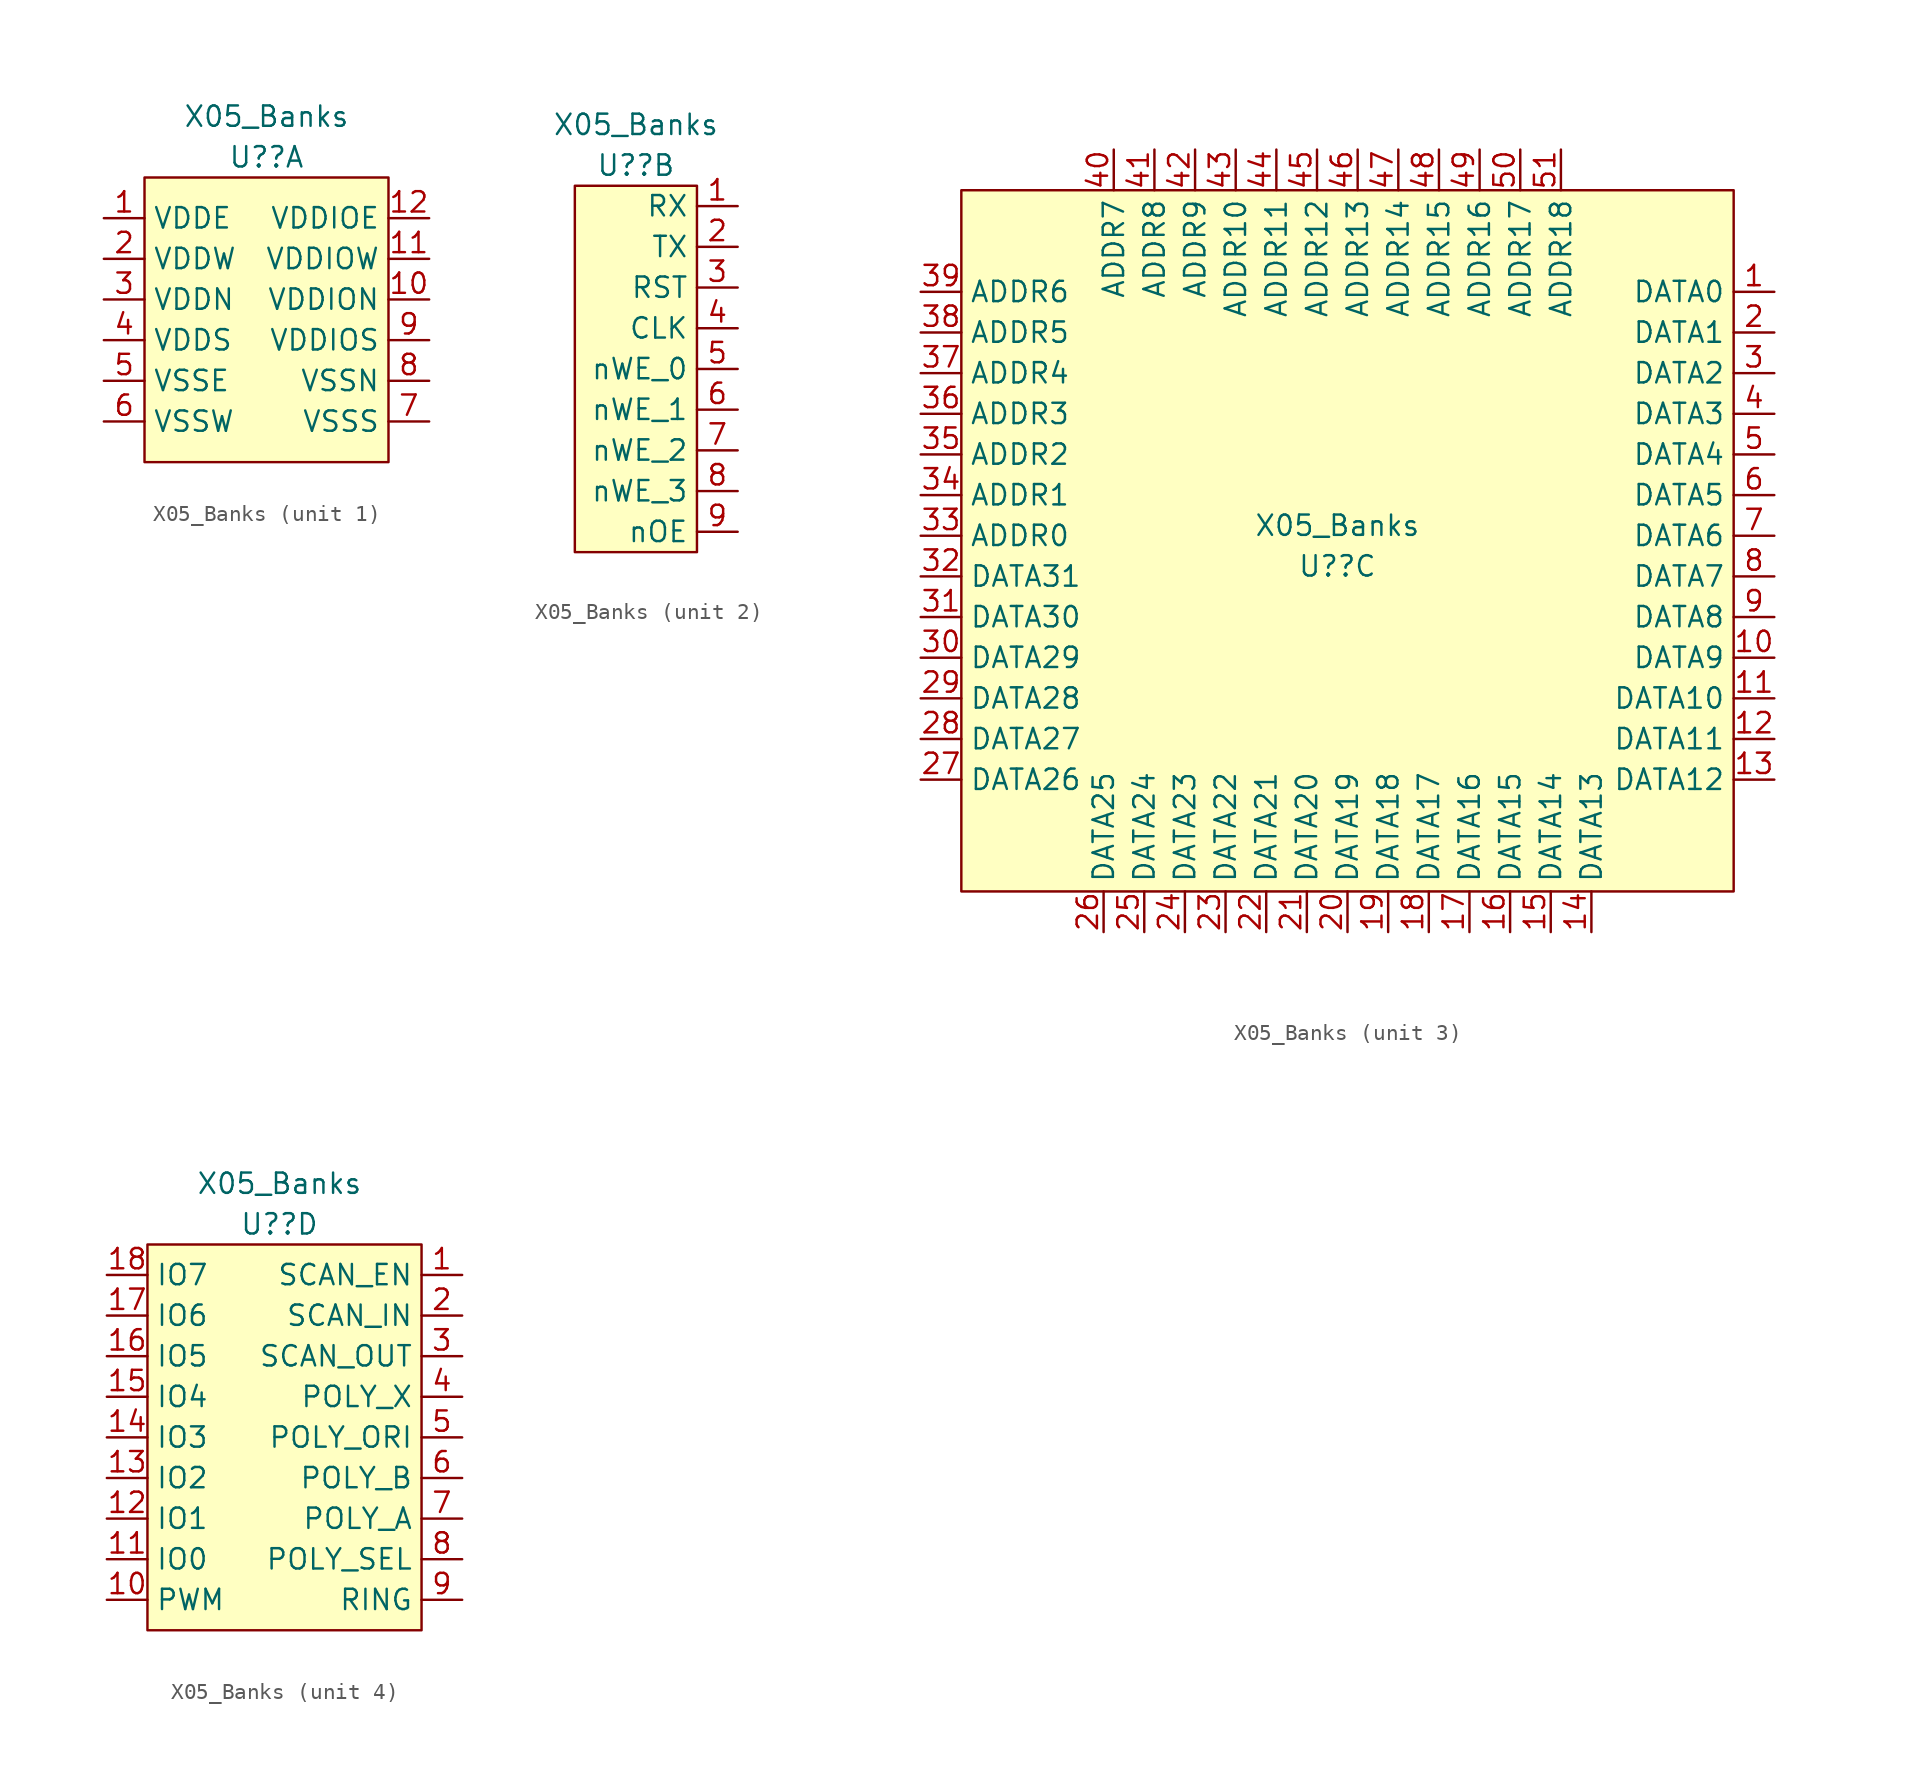
<source format=kicad_sym>
(kicad_symbol_lib
  (version 20211014)
  (generator kicad_symbol_editor)
  (symbol "X05_Banks"
    (property "Reference" "U?"
      (at 0 10.16 0)
      (effects (font (size 1.27 1.27))))
    (property "Value" "X05_Banks"
      (at 0 12.7 0)
      (effects (font (size 1.27 1.27))))
    (property "ki_locked" ""
      (at 0 0 0)
      (effects (font (size 1.27 1.27))))
    (symbol "X05_Banks_1_1"
      (rectangle (start -7.62 8.89) (end 7.62 -8.89) (stroke (width 0) (type default) (color 0 0 0 0)) (fill (type background)))
      (pin input line (at -10.16 6.35 0) (length 2.54) (name "VDDE" (effects (font (size 1.27 1.27)))) (number "1" (effects (font (size 1.27 1.27)))))
      (pin output line (at 10.16 1.27 180) (length 2.54) (name "VDDION" (effects (font (size 1.27 1.27)))) (number "10" (effects (font (size 1.27 1.27)))))
      (pin output line (at 10.16 3.81 180) (length 2.54) (name "VDDIOW" (effects (font (size 1.27 1.27)))) (number "11" (effects (font (size 1.27 1.27)))))
      (pin output line (at 10.16 6.35 180) (length 2.54) (name "VDDIOE" (effects (font (size 1.27 1.27)))) (number "12" (effects (font (size 1.27 1.27)))))
      (pin input line (at -10.16 3.81 0) (length 2.54) (name "VDDW" (effects (font (size 1.27 1.27)))) (number "2" (effects (font (size 1.27 1.27)))))
      (pin input line (at -10.16 1.27 0) (length 2.54) (name "VDDN" (effects (font (size 1.27 1.27)))) (number "3" (effects (font (size 1.27 1.27)))))
      (pin input line (at -10.16 -1.27 0) (length 2.54) (name "VDDS" (effects (font (size 1.27 1.27)))) (number "4" (effects (font (size 1.27 1.27)))))
      (pin input line (at -10.16 -3.81 0) (length 2.54) (name "VSSE" (effects (font (size 1.27 1.27)))) (number "5" (effects (font (size 1.27 1.27)))))
      (pin input line (at -10.16 -6.35 0) (length 2.54) (name "VSSW" (effects (font (size 1.27 1.27)))) (number "6" (effects (font (size 1.27 1.27)))))
      (pin input line (at 10.16 -6.35 180) (length 2.54) (name "VSSS" (effects (font (size 1.27 1.27)))) (number "7" (effects (font (size 1.27 1.27)))))
      (pin input line (at 10.16 -3.81 180) (length 2.54) (name "VSSN" (effects (font (size 1.27 1.27)))) (number "8" (effects (font (size 1.27 1.27)))))
      (pin output line (at 10.16 -1.27 180) (length 2.54) (name "VDDIOS" (effects (font (size 1.27 1.27)))) (number "9" (effects (font (size 1.27 1.27))))))
    (symbol "X05_Banks_2_1"
      (rectangle (start -3.81 8.89) (end 3.81 -13.97) (stroke (width 0) (type default) (color 0 0 0 0)) (fill (type background)))
      (pin input line (at 6.35 7.62 180) (length 2.54) (name "RX" (effects (font (size 1.27 1.27)))) (number "1" (effects (font (size 1.27 1.27)))))
      (pin output line (at 6.35 5.08 180) (length 2.54) (name "TX" (effects (font (size 1.27 1.27)))) (number "2" (effects (font (size 1.27 1.27)))))
      (pin input line (at 6.35 2.54 180) (length 2.54) (name "RST" (effects (font (size 1.27 1.27)))) (number "3" (effects (font (size 1.27 1.27)))))
      (pin input line (at 6.35 0 180) (length 2.54) (name "CLK" (effects (font (size 1.27 1.27)))) (number "4" (effects (font (size 1.27 1.27)))))
      (pin input line (at 6.35 -2.54 180) (length 2.54) (name "nWE_0" (effects (font (size 1.27 1.27)))) (number "5" (effects (font (size 1.27 1.27)))))
      (pin input line (at 6.35 -5.08 180) (length 2.54) (name "nWE_1" (effects (font (size 1.27 1.27)))) (number "6" (effects (font (size 1.27 1.27)))))
      (pin input line (at 6.35 -7.62 180) (length 2.54) (name "nWE_2" (effects (font (size 1.27 1.27)))) (number "7" (effects (font (size 1.27 1.27)))))
      (pin input line (at 6.35 -10.16 180) (length 2.54) (name "nWE_3" (effects (font (size 1.27 1.27)))) (number "8" (effects (font (size 1.27 1.27)))))
      (pin input line (at 6.35 -12.7 180) (length 2.54) (name "nOE" (effects (font (size 1.27 1.27)))) (number "9" (effects (font (size 1.27 1.27))))))
    (symbol "X05_Banks_3_1"
      (rectangle (start -23.495 33.655) (end 24.765 -10.16) (stroke (width 0) (type default) (color 0 0 0 0)) (fill (type background)))
      (pin bidirectional line (at 27.305 27.305 180) (length 2.54) (name "DATA0" (effects (font (size 1.27 1.27)))) (number "1" (effects (font (size 1.27 1.27)))))
      (pin bidirectional line (at 27.305 4.445 180) (length 2.54) (name "DATA9" (effects (font (size 1.27 1.27)))) (number "10" (effects (font (size 1.27 1.27)))))
      (pin bidirectional line (at 27.305 1.905 180) (length 2.54) (name "DATA10" (effects (font (size 1.27 1.27)))) (number "11" (effects (font (size 1.27 1.27)))))
      (pin bidirectional line (at 27.305 -0.635 180) (length 2.54) (name "DATA11" (effects (font (size 1.27 1.27)))) (number "12" (effects (font (size 1.27 1.27)))))
      (pin bidirectional line (at 27.305 -3.175 180) (length 2.54) (name "DATA12" (effects (font (size 1.27 1.27)))) (number "13" (effects (font (size 1.27 1.27)))))
      (pin bidirectional line (at 15.875 -12.7 90) (length 2.54) (name "DATA13" (effects (font (size 1.27 1.27)))) (number "14" (effects (font (size 1.27 1.27)))))
      (pin bidirectional line (at 13.335 -12.7 90) (length 2.54) (name "DATA14" (effects (font (size 1.27 1.27)))) (number "15" (effects (font (size 1.27 1.27)))))
      (pin bidirectional line (at 10.795 -12.7 90) (length 2.54) (name "DATA15" (effects (font (size 1.27 1.27)))) (number "16" (effects (font (size 1.27 1.27)))))
      (pin bidirectional line (at 8.255 -12.7 90) (length 2.54) (name "DATA16" (effects (font (size 1.27 1.27)))) (number "17" (effects (font (size 1.27 1.27)))))
      (pin bidirectional line (at 5.715 -12.7 90) (length 2.54) (name "DATA17" (effects (font (size 1.27 1.27)))) (number "18" (effects (font (size 1.27 1.27)))))
      (pin bidirectional line (at 3.175 -12.7 90) (length 2.54) (name "DATA18" (effects (font (size 1.27 1.27)))) (number "19" (effects (font (size 1.27 1.27)))))
      (pin bidirectional line (at 27.305 24.765 180) (length 2.54) (name "DATA1" (effects (font (size 1.27 1.27)))) (number "2" (effects (font (size 1.27 1.27)))))
      (pin bidirectional line (at 0.635 -12.7 90) (length 2.54) (name "DATA19" (effects (font (size 1.27 1.27)))) (number "20" (effects (font (size 1.27 1.27)))))
      (pin bidirectional line (at -1.905 -12.7 90) (length 2.54) (name "DATA20" (effects (font (size 1.27 1.27)))) (number "21" (effects (font (size 1.27 1.27)))))
      (pin bidirectional line (at -4.445 -12.7 90) (length 2.54) (name "DATA21" (effects (font (size 1.27 1.27)))) (number "22" (effects (font (size 1.27 1.27)))))
      (pin bidirectional line (at -6.985 -12.7 90) (length 2.54) (name "DATA22" (effects (font (size 1.27 1.27)))) (number "23" (effects (font (size 1.27 1.27)))))
      (pin bidirectional line (at -9.525 -12.7 90) (length 2.54) (name "DATA23" (effects (font (size 1.27 1.27)))) (number "24" (effects (font (size 1.27 1.27)))))
      (pin bidirectional line (at -12.065 -12.7 90) (length 2.54) (name "DATA24" (effects (font (size 1.27 1.27)))) (number "25" (effects (font (size 1.27 1.27)))))
      (pin bidirectional line (at -14.605 -12.7 90) (length 2.54) (name "DATA25" (effects (font (size 1.27 1.27)))) (number "26" (effects (font (size 1.27 1.27)))))
      (pin bidirectional line (at -26.035 -3.175 0) (length 2.54) (name "DATA26" (effects (font (size 1.27 1.27)))) (number "27" (effects (font (size 1.27 1.27)))))
      (pin bidirectional line (at -26.035 -0.635 0) (length 2.54) (name "DATA27" (effects (font (size 1.27 1.27)))) (number "28" (effects (font (size 1.27 1.27)))))
      (pin bidirectional line (at -26.035 1.905 0) (length 2.54) (name "DATA28" (effects (font (size 1.27 1.27)))) (number "29" (effects (font (size 1.27 1.27)))))
      (pin bidirectional line (at 27.305 22.225 180) (length 2.54) (name "DATA2" (effects (font (size 1.27 1.27)))) (number "3" (effects (font (size 1.27 1.27)))))
      (pin bidirectional line (at -26.035 4.445 0) (length 2.54) (name "DATA29" (effects (font (size 1.27 1.27)))) (number "30" (effects (font (size 1.27 1.27)))))
      (pin bidirectional line (at -26.035 6.985 0) (length 2.54) (name "DATA30" (effects (font (size 1.27 1.27)))) (number "31" (effects (font (size 1.27 1.27)))))
      (pin bidirectional line (at -26.035 9.525 0) (length 2.54) (name "DATA31" (effects (font (size 1.27 1.27)))) (number "32" (effects (font (size 1.27 1.27)))))
      (pin bidirectional line (at -26.035 12.065 0) (length 2.54) (name "ADDR0" (effects (font (size 1.27 1.27)))) (number "33" (effects (font (size 1.27 1.27)))))
      (pin bidirectional line (at -26.035 14.605 0) (length 2.54) (name "ADDR1" (effects (font (size 1.27 1.27)))) (number "34" (effects (font (size 1.27 1.27)))))
      (pin bidirectional line (at -26.035 17.145 0) (length 2.54) (name "ADDR2" (effects (font (size 1.27 1.27)))) (number "35" (effects (font (size 1.27 1.27)))))
      (pin bidirectional line (at -26.035 19.685 0) (length 2.54) (name "ADDR3" (effects (font (size 1.27 1.27)))) (number "36" (effects (font (size 1.27 1.27)))))
      (pin bidirectional line (at -26.035 22.225 0) (length 2.54) (name "ADDR4" (effects (font (size 1.27 1.27)))) (number "37" (effects (font (size 1.27 1.27)))))
      (pin bidirectional line (at -26.035 24.765 0) (length 2.54) (name "ADDR5" (effects (font (size 1.27 1.27)))) (number "38" (effects (font (size 1.27 1.27)))))
      (pin bidirectional line (at -26.035 27.305 0) (length 2.54) (name "ADDR6" (effects (font (size 1.27 1.27)))) (number "39" (effects (font (size 1.27 1.27)))))
      (pin bidirectional line (at 27.305 19.685 180) (length 2.54) (name "DATA3" (effects (font (size 1.27 1.27)))) (number "4" (effects (font (size 1.27 1.27)))))
      (pin bidirectional line (at -13.97 36.195 270) (length 2.54) (name "ADDR7" (effects (font (size 1.27 1.27)))) (number "40" (effects (font (size 1.27 1.27)))))
      (pin bidirectional line (at -11.43 36.195 270) (length 2.54) (name "ADDR8" (effects (font (size 1.27 1.27)))) (number "41" (effects (font (size 1.27 1.27)))))
      (pin bidirectional line (at -8.89 36.195 270) (length 2.54) (name "ADDR9" (effects (font (size 1.27 1.27)))) (number "42" (effects (font (size 1.27 1.27)))))
      (pin bidirectional line (at -6.35 36.195 270) (length 2.54) (name "ADDR10" (effects (font (size 1.27 1.27)))) (number "43" (effects (font (size 1.27 1.27)))))
      (pin bidirectional line (at -3.81 36.195 270) (length 2.54) (name "ADDR11" (effects (font (size 1.27 1.27)))) (number "44" (effects (font (size 1.27 1.27)))))
      (pin bidirectional line (at -1.27 36.195 270) (length 2.54) (name "ADDR12" (effects (font (size 1.27 1.27)))) (number "45" (effects (font (size 1.27 1.27)))))
      (pin bidirectional line (at 1.27 36.195 270) (length 2.54) (name "ADDR13" (effects (font (size 1.27 1.27)))) (number "46" (effects (font (size 1.27 1.27)))))
      (pin bidirectional line (at 3.81 36.195 270) (length 2.54) (name "ADDR14" (effects (font (size 1.27 1.27)))) (number "47" (effects (font (size 1.27 1.27)))))
      (pin bidirectional line (at 6.35 36.195 270) (length 2.54) (name "ADDR15" (effects (font (size 1.27 1.27)))) (number "48" (effects (font (size 1.27 1.27)))))
      (pin bidirectional line (at 8.89 36.195 270) (length 2.54) (name "ADDR16" (effects (font (size 1.27 1.27)))) (number "49" (effects (font (size 1.27 1.27)))))
      (pin bidirectional line (at 27.305 17.145 180) (length 2.54) (name "DATA4" (effects (font (size 1.27 1.27)))) (number "5" (effects (font (size 1.27 1.27)))))
      (pin bidirectional line (at 11.43 36.195 270) (length 2.54) (name "ADDR17" (effects (font (size 1.27 1.27)))) (number "50" (effects (font (size 1.27 1.27)))))
      (pin bidirectional line (at 13.97 36.195 270) (length 2.54) (name "ADDR18" (effects (font (size 1.27 1.27)))) (number "51" (effects (font (size 1.27 1.27)))))
      (pin bidirectional line (at 27.305 14.605 180) (length 2.54) (name "DATA5" (effects (font (size 1.27 1.27)))) (number "6" (effects (font (size 1.27 1.27)))))
      (pin bidirectional line (at 27.305 12.065 180) (length 2.54) (name "DATA6" (effects (font (size 1.27 1.27)))) (number "7" (effects (font (size 1.27 1.27)))))
      (pin bidirectional line (at 27.305 9.525 180) (length 2.54) (name "DATA7" (effects (font (size 1.27 1.27)))) (number "8" (effects (font (size 1.27 1.27)))))
      (pin bidirectional line (at 27.305 6.985 180) (length 2.54) (name "DATA8" (effects (font (size 1.27 1.27)))) (number "9" (effects (font (size 1.27 1.27))))))
    (symbol "X05_Banks_4_1"
      (rectangle (start -8.255 8.89) (end 8.89 -15.24) (stroke (width 0) (type default) (color 0 0 0 0)) (fill (type background)))
      (pin input line (at 11.43 6.985 180) (length 2.54) (name "SCAN_EN" (effects (font (size 1.27 1.27)))) (number "1" (effects (font (size 1.27 1.27)))))
      (pin output line (at -10.795 -13.335 0) (length 2.54) (name "PWM" (effects (font (size 1.27 1.27)))) (number "10" (effects (font (size 1.27 1.27)))))
      (pin bidirectional line (at -10.795 -10.795 0) (length 2.54) (name "IO0" (effects (font (size 1.27 1.27)))) (number "11" (effects (font (size 1.27 1.27)))))
      (pin bidirectional line (at -10.795 -8.255 0) (length 2.54) (name "IO1" (effects (font (size 1.27 1.27)))) (number "12" (effects (font (size 1.27 1.27)))))
      (pin bidirectional line (at -10.795 -5.715 0) (length 2.54) (name "IO2" (effects (font (size 1.27 1.27)))) (number "13" (effects (font (size 1.27 1.27)))))
      (pin bidirectional line (at -10.795 -3.175 0) (length 2.54) (name "IO3" (effects (font (size 1.27 1.27)))) (number "14" (effects (font (size 1.27 1.27)))))
      (pin bidirectional line (at -10.795 -0.635 0) (length 2.54) (name "IO4" (effects (font (size 1.27 1.27)))) (number "15" (effects (font (size 1.27 1.27)))))
      (pin bidirectional line (at -10.795 1.905 0) (length 2.54) (name "IO5" (effects (font (size 1.27 1.27)))) (number "16" (effects (font (size 1.27 1.27)))))
      (pin bidirectional line (at -10.795 4.445 0) (length 2.54) (name "IO6" (effects (font (size 1.27 1.27)))) (number "17" (effects (font (size 1.27 1.27)))))
      (pin bidirectional line (at -10.795 6.985 0) (length 2.54) (name "IO7" (effects (font (size 1.27 1.27)))) (number "18" (effects (font (size 1.27 1.27)))))
      (pin input line (at 11.43 4.445 180) (length 2.54) (name "SCAN_IN" (effects (font (size 1.27 1.27)))) (number "2" (effects (font (size 1.27 1.27)))))
      (pin output line (at 11.43 1.905 180) (length 2.54) (name "SCAN_OUT" (effects (font (size 1.27 1.27)))) (number "3" (effects (font (size 1.27 1.27)))))
      (pin input line (at 11.43 -0.635 180) (length 2.54) (name "POLY_X" (effects (font (size 1.27 1.27)))) (number "4" (effects (font (size 1.27 1.27)))))
      (pin input line (at 11.43 -3.175 180) (length 2.54) (name "POLY_ORI" (effects (font (size 1.27 1.27)))) (number "5" (effects (font (size 1.27 1.27)))))
      (pin input line (at 11.43 -5.715 180) (length 2.54) (name "POLY_B" (effects (font (size 1.27 1.27)))) (number "6" (effects (font (size 1.27 1.27)))))
      (pin input line (at 11.43 -8.255 180) (length 2.54) (name "POLY_A" (effects (font (size 1.27 1.27)))) (number "7" (effects (font (size 1.27 1.27)))))
      (pin input line (at 11.43 -10.795 180) (length 2.54) (name "POLY_SEL" (effects (font (size 1.27 1.27)))) (number "8" (effects (font (size 1.27 1.27)))))
      (pin output line (at 11.43 -13.335 180) (length 2.54) (name "RING" (effects (font (size 1.27 1.27)))) (number "9" (effects (font (size 1.27 1.27))))))))
</source>
